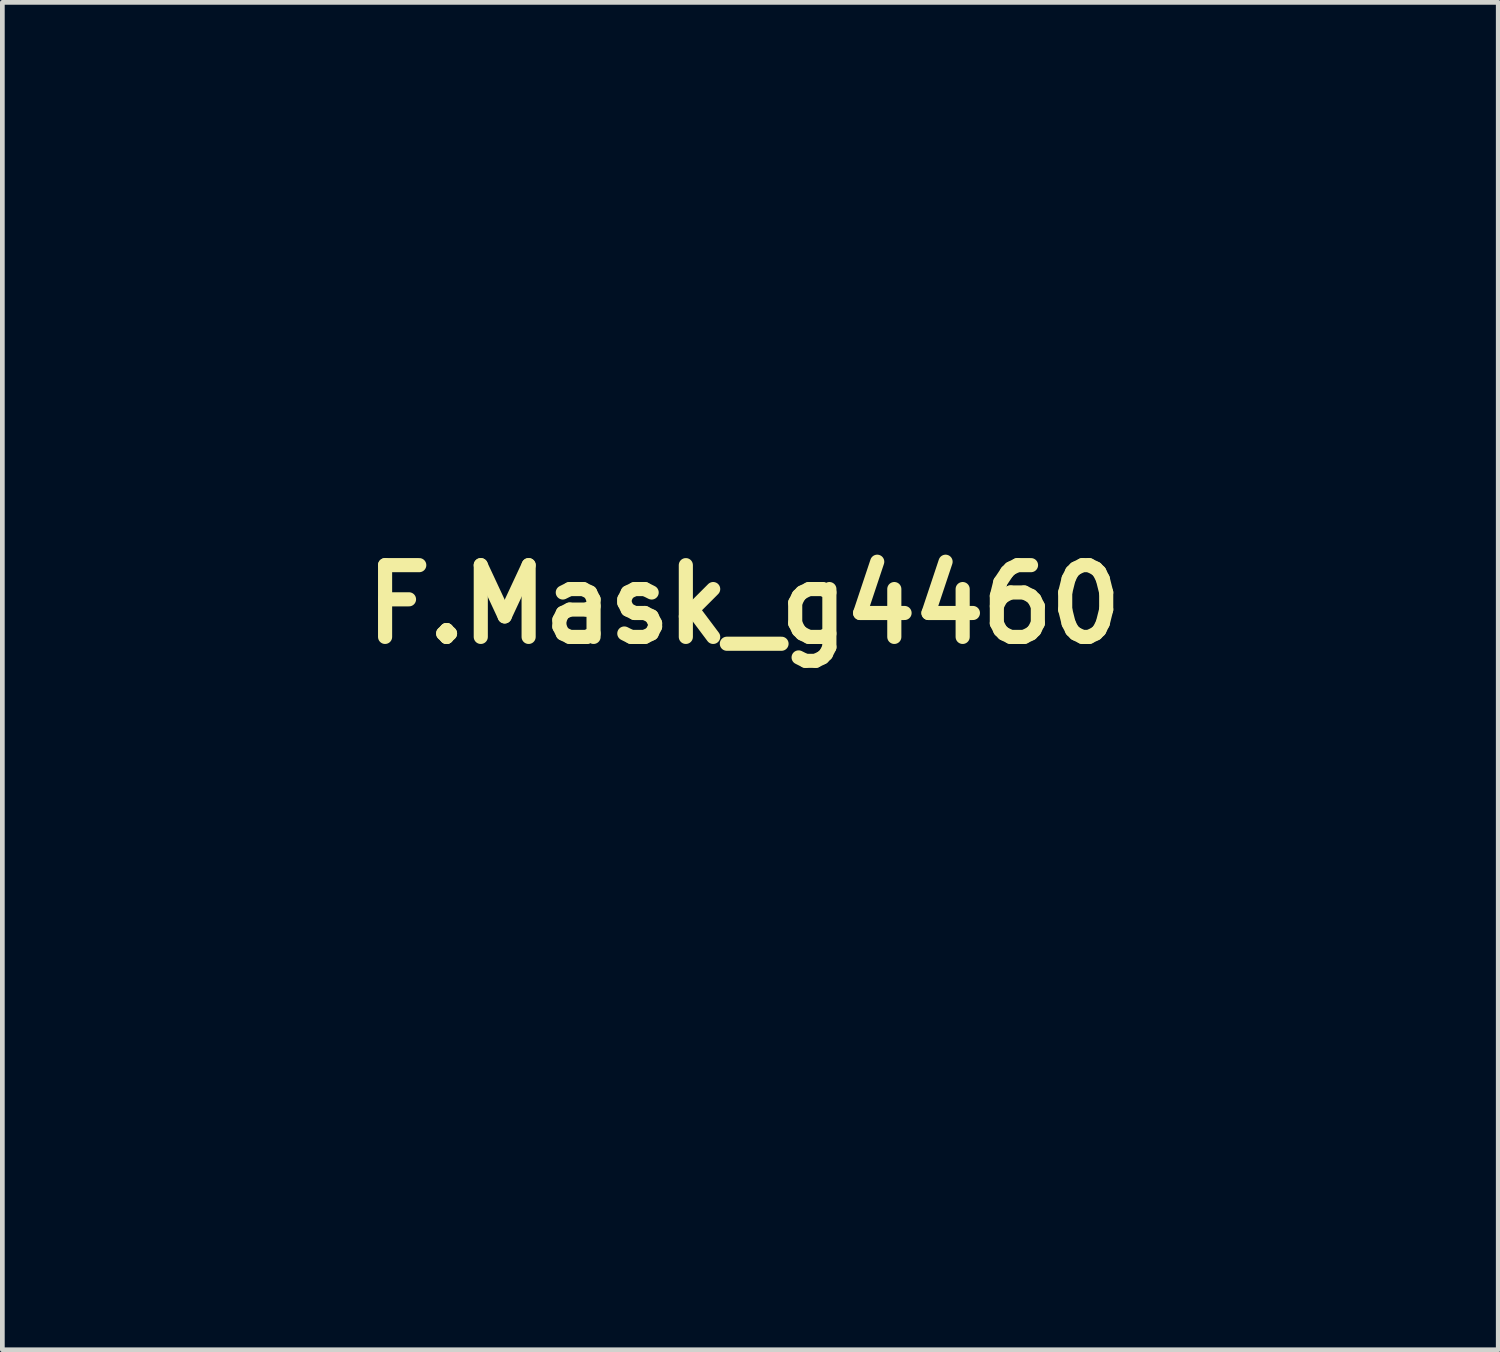
<source format=kicad_pcb>
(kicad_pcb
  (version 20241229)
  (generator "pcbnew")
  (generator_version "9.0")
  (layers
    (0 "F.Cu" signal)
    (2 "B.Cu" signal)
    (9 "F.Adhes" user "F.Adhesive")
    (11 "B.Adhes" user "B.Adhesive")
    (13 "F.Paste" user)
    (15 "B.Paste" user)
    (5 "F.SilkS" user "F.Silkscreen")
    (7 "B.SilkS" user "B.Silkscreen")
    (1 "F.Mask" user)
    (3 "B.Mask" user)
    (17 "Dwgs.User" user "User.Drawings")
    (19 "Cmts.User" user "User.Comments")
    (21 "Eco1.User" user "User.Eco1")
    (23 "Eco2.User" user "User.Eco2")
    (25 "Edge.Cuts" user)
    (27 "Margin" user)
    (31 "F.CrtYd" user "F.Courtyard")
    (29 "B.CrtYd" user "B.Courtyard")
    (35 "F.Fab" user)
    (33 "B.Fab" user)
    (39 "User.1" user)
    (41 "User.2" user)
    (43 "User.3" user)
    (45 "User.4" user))
  (footprint "F.Mask_g4460"
    (layer "F.Cu")
    (at 12.747 9.785)
    (property "Reference" "F.Mask_g4460" (at 0 0 0) (layer "F.SilkS") (effects (font (size 1.524 1.524) (thickness 0.3))))
    (attr through_hole)
    (fp_poly (pts (xy -0.172 -1.649) (xy -0.153 -1.639) (xy -0.148 -1.619) (xy -0.148 -1.617) (xy -0.16 -1.573) (xy -0.193 -1.503) (xy -0.241 -1.416) (xy -0.3 -1.318) (xy -0.366 -1.217) (xy -0.432 -1.119) (xy -0.496 -1.033) (xy -0.551 -0.966) (xy -0.593 -0.924) (xy -0.608 -0.915) (xy -0.636 -0.925) (xy -0.679 -0.959) (xy -0.708 -0.988) (xy -0.765 -1.061) (xy -0.82 -1.152) (xy -0.869 -1.248) (xy -0.903 -1.335) (xy -0.914 -1.385) (xy -0.911 -1.433) (xy -0.883 -1.471) (xy -0.852 -1.494) (xy -0.784 -1.529) (xy -0.686 -1.564) (xy -0.57 -1.597) (xy -0.447 -1.624) (xy -0.33 -1.642) (xy -0.291 -1.646) (xy -0.215 -1.651) (xy -0.172 -1.649)) (stroke (width 0.01) (type solid)) (fill yes) (layer "F.Mask"))
    (fp_poly (pts (xy 2.343 -2.579) (xy 2.346 -2.557) (xy 2.336 -2.52) (xy 2.31 -2.46) (xy 2.267 -2.372) (xy 2.254 -2.347) (xy 2.192 -2.229) (xy 2.12 -2.102) (xy 2.043 -1.973) (xy 1.964 -1.845) (xy 1.886 -1.726) (xy 1.813 -1.618) (xy 1.748 -1.529) (xy 1.695 -1.463) (xy 1.657 -1.425) (xy 1.642 -1.418) (xy 1.608 -1.433) (xy 1.584 -1.455) (xy 1.551 -1.501) (xy 1.502 -1.58) (xy 1.439 -1.686) (xy 1.366 -1.815) (xy 1.314 -1.909) (xy 1.226 -2.073) (xy 1.317 -2.14) (xy 1.377 -2.179) (xy 1.464 -2.228) (xy 1.569 -2.282) (xy 1.686 -2.339) (xy 1.81 -2.397) (xy 1.934 -2.452) (xy 2.051 -2.502) (xy 2.156 -2.544) (xy 2.242 -2.574) (xy 2.302 -2.591) (xy 2.33 -2.592) (xy 2.343 -2.579)) (stroke (width 0.01) (type solid)) (fill yes) (layer "F.Mask"))
    (fp_poly (pts (xy -6.796 -1.584) (xy -6.704 -1.572) (xy -6.577 -1.553) (xy -6.53 -1.545) (xy -6.342 -1.513) (xy -6.192 -1.484) (xy -6.077 -1.458) (xy -5.993 -1.434) (xy -5.935 -1.409) (xy -5.901 -1.384) (xy -5.886 -1.357) (xy -5.884 -1.343) (xy -5.895 -1.298) (xy -5.923 -1.226) (xy -5.965 -1.135) (xy -6.017 -1.031) (xy -6.076 -0.923) (xy -6.136 -0.817) (xy -6.195 -0.72) (xy -6.247 -0.639) (xy -6.29 -0.583) (xy -6.319 -0.557) (xy -6.32 -0.556) (xy -6.342 -0.569) (xy -6.38 -0.61) (xy -6.427 -0.672) (xy -6.449 -0.703) (xy -6.541 -0.841) (xy -6.63 -0.981) (xy -6.712 -1.117) (xy -6.785 -1.245) (xy -6.845 -1.357) (xy -6.89 -1.45) (xy -6.916 -1.516) (xy -6.921 -1.544) (xy -6.916 -1.567) (xy -6.897 -1.581) (xy -6.859 -1.586) (xy -6.796 -1.584)) (stroke (width 0.01) (type solid)) (fill yes) (layer "F.Mask"))
    (fp_poly (pts (xy -3.422 -1.246) (xy -3.313 -1.244) (xy -3.232 -1.242) (xy -3.186 -1.24) (xy -3.18 -1.239) (xy -3.13 -1.226) (xy -3.208 -1.084) (xy -3.254 -1.003) (xy -3.316 -0.899) (xy -3.388 -0.779) (xy -3.467 -0.652) (xy -3.546 -0.526) (xy -3.62 -0.41) (xy -3.684 -0.311) (xy -3.733 -0.239) (xy -3.741 -0.227) (xy -3.799 -0.152) (xy -3.844 -0.111) (xy -3.883 -0.103) (xy -3.923 -0.127) (xy -3.969 -0.175) (xy -4.032 -0.253) (xy -4.108 -0.36) (xy -4.193 -0.485) (xy -4.279 -0.618) (xy -4.361 -0.752) (xy -4.433 -0.875) (xy -4.481 -0.964) (xy -4.518 -1.036) (xy -4.547 -1.095) (xy -4.562 -1.14) (xy -4.562 -1.176) (xy -4.543 -1.201) (xy -4.502 -1.219) (xy -4.434 -1.231) (xy -4.337 -1.237) (xy -4.207 -1.241) (xy -4.042 -1.243) (xy -3.868 -1.245) (xy -3.706 -1.246) (xy -3.555 -1.246) (xy -3.422 -1.246)) (stroke (width 0.01) (type solid)) (fill yes) (layer "F.Mask"))
    (fp_poly (pts (xy 3.797 -5.917) (xy 3.911 -5.896) (xy 3.962 -5.885) (xy 4.093 -5.853) (xy 4.187 -5.82) (xy 4.251 -5.784) (xy 4.289 -5.741) (xy 4.3 -5.719) (xy 4.384 -5.527) (xy 4.471 -5.37) (xy 4.563 -5.24) (xy 4.634 -5.163) (xy 4.789 -5.031) (xy 4.958 -4.936) (xy 5.144 -4.876) (xy 5.353 -4.849) (xy 5.436 -4.847) (xy 5.662 -4.867) (xy 5.872 -4.925) (xy 6.063 -5.018) (xy 6.233 -5.145) (xy 6.377 -5.304) (xy 6.473 -5.457) (xy 6.531 -5.552) (xy 6.589 -5.614) (xy 6.657 -5.654) (xy 6.725 -5.673) (xy 6.768 -5.68) (xy 6.846 -5.69) (xy 6.953 -5.703) (xy 7.082 -5.718) (xy 7.226 -5.733) (xy 7.355 -5.747) (xy 7.508 -5.762) (xy 7.65 -5.778) (xy 7.776 -5.792) (xy 7.879 -5.805) (xy 7.951 -5.814) (xy 7.984 -5.82) (xy 8.06 -5.826) (xy 8.096 -5.813) (xy 8.115 -5.794) (xy 8.118 -5.768) (xy 8.105 -5.72) (xy 8.096 -5.695) (xy 8.012 -5.505) (xy 7.894 -5.311) (xy 7.748 -5.119) (xy 7.58 -4.933) (xy 7.395 -4.759) (xy 7.2 -4.602) (xy 6.999 -4.467) (xy 6.799 -4.359) (xy 6.606 -4.284) (xy 6.538 -4.266) (xy 6.377 -4.237) (xy 6.187 -4.215) (xy 5.979 -4.201) (xy 5.766 -4.195) (xy 5.559 -4.198) (xy 5.371 -4.211) (xy 5.345 -4.213) (xy 5.122 -4.259) (xy 4.9 -4.347) (xy 4.678 -4.476) (xy 4.456 -4.647) (xy 4.241 -4.854) (xy 4.09 -5.026) (xy 3.951 -5.211) (xy 3.831 -5.399) (xy 3.734 -5.583) (xy 3.667 -5.753) (xy 3.661 -5.772) (xy 3.645 -5.84) (xy 3.646 -5.887) (xy 3.669 -5.914) (xy 3.718 -5.924) (xy 3.797 -5.917)) (stroke (width 0.01) (type solid)) (fill yes) (layer "F.Mask"))
    (fp_poly (pts (xy 0.543 3.882) (xy 0.572 3.884) (xy 0.887 3.926) (xy 1.213 4.005) (xy 1.546 4.121) (xy 1.882 4.27) (xy 2.217 4.451) (xy 2.547 4.662) (xy 2.869 4.901) (xy 3.178 5.165) (xy 3.287 5.268) (xy 3.402 5.384) (xy 3.486 5.476) (xy 3.54 5.547) (xy 3.566 5.6) (xy 3.566 5.634) (xy 3.536 5.67) (xy 3.469 5.718) (xy 3.371 5.777) (xy 3.244 5.844) (xy 3.093 5.917) (xy 2.922 5.995) (xy 2.734 6.075) (xy 2.534 6.156) (xy 2.455 6.187) (xy 1.994 6.356) (xy 1.555 6.5) (xy 1.132 6.62) (xy 0.715 6.718) (xy 0.298 6.795) (xy -0.127 6.852) (xy -0.567 6.891) (xy -1.031 6.912) (xy -1.526 6.918) (xy -1.619 6.918) (xy -1.764 6.917) (xy -1.899 6.915) (xy -2.018 6.913) (xy -2.112 6.91) (xy -2.174 6.908) (xy -2.191 6.907) (xy -2.317 6.894) (xy -2.458 6.876) (xy -2.606 6.855) (xy -2.755 6.831) (xy -2.898 6.805) (xy -3.029 6.78) (xy -3.141 6.755) (xy -3.228 6.733) (xy -3.282 6.715) (xy -3.294 6.708) (xy -3.314 6.679) (xy -3.321 6.633) (xy -3.315 6.563) (xy -3.296 6.464) (xy -3.273 6.369) (xy -3.213 6.162) (xy -3.137 5.944) (xy -3.048 5.723) (xy -2.951 5.508) (xy -2.849 5.306) (xy -2.746 5.127) (xy -2.646 4.978) (xy -2.614 4.937) (xy -2.386 4.684) (xy -2.134 4.464) (xy -1.863 4.278) (xy -1.683 4.18) (xy -1.422 4.067) (xy -1.166 3.988) (xy -0.904 3.94) (xy -0.895 3.939) (xy -0.797 3.929) (xy -0.668 3.919) (xy -0.516 3.91) (xy -0.349 3.902) (xy -0.174 3.894) (xy 0.001 3.888) (xy 0.168 3.883) (xy 0.319 3.881) (xy 0.446 3.88) (xy 0.543 3.882)) (stroke (width 0.01) (type solid)) (fill yes) (layer "F.Mask"))
    (fp_poly (pts (xy 3.972 6.127) (xy 3.998 6.147) (xy 4.001 6.15) (xy 4.049 6.202) (xy 4.111 6.283) (xy 4.182 6.388) (xy 4.26 6.509) (xy 4.342 6.641) (xy 4.423 6.779) (xy 4.501 6.916) (xy 4.572 7.047) (xy 4.633 7.166) (xy 4.68 7.267) (xy 4.71 7.344) (xy 4.72 7.389) (xy 4.7 7.428) (xy 4.643 7.478) (xy 4.551 7.535) (xy 4.429 7.6) (xy 4.279 7.671) (xy 4.106 7.746) (xy 3.911 7.824) (xy 3.7 7.905) (xy 3.474 7.986) (xy 3.238 8.066) (xy 2.995 8.145) (xy 2.748 8.22) (xy 2.501 8.291) (xy 2.256 8.356) (xy 2.074 8.401) (xy 1.607 8.503) (xy 1.164 8.584) (xy 0.748 8.642) (xy 0.364 8.676) (xy 0.349 8.677) (xy 0.158 8.687) (xy -0.064 8.695) (xy -0.306 8.701) (xy -0.559 8.704) (xy -0.81 8.706) (xy -1.049 8.706) (xy -1.266 8.703) (xy -1.429 8.698) (xy -1.595 8.69) (xy -1.747 8.677) (xy -1.902 8.658) (xy -2.072 8.631) (xy -2.212 8.607) (xy -2.356 8.58) (xy -2.52 8.549) (xy -2.695 8.515) (xy -2.873 8.48) (xy -3.044 8.445) (xy -3.199 8.414) (xy -3.33 8.387) (xy -3.425 8.366) (xy -3.474 8.355) (xy -3.467 7.883) (xy -3.465 7.729) (xy -3.462 7.611) (xy -3.459 7.524) (xy -3.454 7.462) (xy -3.447 7.418) (xy -3.438 7.388) (xy -3.425 7.364) (xy -3.416 7.352) (xy -3.377 7.315) (xy -3.321 7.293) (xy -3.242 7.284) (xy -3.135 7.289) (xy -2.994 7.307) (xy -2.967 7.311) (xy -2.803 7.333) (xy -2.619 7.352) (xy -2.413 7.367) (xy -2.18 7.379) (xy -1.918 7.388) (xy -1.621 7.393) (xy -1.288 7.396) (xy -1.132 7.397) (xy -0.881 7.396) (xy -0.665 7.395) (xy -0.48 7.392) (xy -0.318 7.386) (xy -0.174 7.378) (xy -0.041 7.366) (xy 0.086 7.351) (xy 0.215 7.331) (xy 0.35 7.306) (xy 0.499 7.276) (xy 0.667 7.239) (xy 0.677 7.237) (xy 1.115 7.135) (xy 1.525 7.025) (xy 1.92 6.906) (xy 2.309 6.773) (xy 2.705 6.622) (xy 3.118 6.449) (xy 3.26 6.387) (xy 3.397 6.327) (xy 3.528 6.271) (xy 3.646 6.221) (xy 3.744 6.182) (xy 3.815 6.155) (xy 3.836 6.148) (xy 3.904 6.127) (xy 3.945 6.12) (xy 3.972 6.127)) (stroke (width 0.01) (type solid)) (fill yes) (layer "F.Mask"))
    (fp_poly (pts (xy 5.038 7.954) (xy 5.044 7.964) (xy 5.055 7.991) (xy 5.08 8.05) (xy 5.116 8.136) (xy 5.161 8.243) (xy 5.212 8.364) (xy 5.228 8.403) (xy 5.321 8.624) (xy 5.403 8.824) (xy 5.474 9) (xy 5.532 9.149) (xy 5.577 9.267) (xy 5.607 9.352) (xy 5.619 9.396) (xy 5.624 9.435) (xy 5.613 9.464) (xy 5.579 9.494) (xy 5.533 9.524) (xy 5.44 9.575) (xy 5.311 9.634) (xy 5.15 9.699) (xy 4.962 9.77) (xy 4.751 9.844) (xy 4.521 9.92) (xy 4.278 9.997) (xy 4.026 10.072) (xy 3.77 10.146) (xy 3.514 10.215) (xy 3.274 10.275) (xy 2.687 10.405) (xy 2.081 10.515) (xy 1.476 10.6) (xy 1.132 10.637) (xy 1.013 10.646) (xy 0.866 10.655) (xy 0.699 10.663) (xy 0.521 10.67) (xy 0.34 10.675) (xy 0.164 10.679) (xy -0.000468 10.681) (xy -0.144 10.681) (xy -0.259 10.679) (xy -0.318 10.676) (xy -0.739 10.64) (xy -1.129 10.596) (xy -1.499 10.54) (xy -1.86 10.472) (xy -2.223 10.389) (xy -2.598 10.289) (xy -2.685 10.265) (xy -2.904 10.2) (xy -3.083 10.142) (xy -3.223 10.092) (xy -3.325 10.048) (xy -3.391 10.01) (xy -3.418 9.984) (xy -3.436 9.935) (xy -3.452 9.851) (xy -3.467 9.738) (xy -3.479 9.603) (xy -3.487 9.452) (xy -3.492 9.293) (xy -3.493 9.215) (xy -3.493 9.099) (xy -3.489 9.013) (xy -3.478 8.953) (xy -3.452 8.918) (xy -3.407 8.903) (xy -3.338 8.905) (xy -3.24 8.923) (xy -3.107 8.951) (xy -3.059 8.962) (xy -2.865 9.002) (xy -2.683 9.037) (xy -2.507 9.065) (xy -2.329 9.089) (xy -2.143 9.108) (xy -1.944 9.124) (xy -1.724 9.136) (xy -1.477 9.146) (xy -1.197 9.153) (xy -1.058 9.157) (xy -0.803 9.16) (xy -0.536 9.16) (xy -0.264 9.157) (xy 0.006 9.151) (xy 0.267 9.142) (xy 0.511 9.131) (xy 0.732 9.117) (xy 0.922 9.102) (xy 1.016 9.092) (xy 1.339 9.047) (xy 1.675 8.987) (xy 2.029 8.909) (xy 2.402 8.815) (xy 2.798 8.702) (xy 3.22 8.571) (xy 3.671 8.419) (xy 4.153 8.247) (xy 4.412 8.151) (xy 4.559 8.096) (xy 4.694 8.047) (xy 4.811 8.004) (xy 4.906 7.971) (xy 4.972 7.948) (xy 5.005 7.938) (xy 5.008 7.938) (xy 5.038 7.954)) (stroke (width 0.01) (type solid)) (fill yes) (layer "F.Mask"))
    (fp_poly (pts (xy 5.778 10.066) (xy 5.846 10.105) (xy 5.903 10.178) (xy 5.917 10.204) (xy 5.946 10.279) (xy 5.971 10.384) (xy 5.992 10.505) (xy 6.007 10.63) (xy 6.011 10.741) (xy 6.008 10.835) (xy 5.994 10.909) (xy 5.966 10.984) (xy 5.946 11.024) (xy 5.853 11.169) (xy 5.719 11.312) (xy 5.547 11.453) (xy 5.338 11.591) (xy 5.094 11.726) (xy 4.817 11.856) (xy 4.509 11.982) (xy 4.172 12.102) (xy 3.808 12.216) (xy 3.418 12.322) (xy 3.005 12.421) (xy 2.57 12.512) (xy 2.115 12.594) (xy 1.643 12.666) (xy 1.386 12.699) (xy 1.061 12.737) (xy 0.745 12.766) (xy 0.427 12.789) (xy 0.095 12.804) (xy -0.261 12.814) (xy -0.434 12.817) (xy -0.625 12.819) (xy -0.781 12.821) (xy -0.908 12.821) (xy -1.012 12.82) (xy -1.1 12.817) (xy -1.179 12.811) (xy -1.255 12.803) (xy -1.335 12.792) (xy -1.425 12.779) (xy -1.503 12.766) (xy -1.792 12.718) (xy -2.058 12.669) (xy -2.301 12.622) (xy -2.515 12.576) (xy -2.698 12.532) (xy -2.848 12.491) (xy -2.961 12.454) (xy -3.02 12.428) (xy -3.124 12.358) (xy -3.206 12.262) (xy -3.271 12.137) (xy -3.32 11.976) (xy -3.332 11.925) (xy -3.361 11.772) (xy -3.388 11.606) (xy -3.411 11.439) (xy -3.429 11.278) (xy -3.442 11.135) (xy -3.447 11.018) (xy -3.447 10.968) (xy -3.442 10.88) (xy -3.435 10.823) (xy -3.421 10.785) (xy -3.397 10.754) (xy -3.37 10.73) (xy -3.327 10.695) (xy -3.288 10.676) (xy -3.242 10.673) (xy -3.179 10.686) (xy -3.09 10.714) (xy -3.068 10.722) (xy -2.852 10.789) (xy -2.601 10.855) (xy -2.32 10.919) (xy -2.016 10.98) (xy -1.694 11.037) (xy -1.362 11.089) (xy -1.025 11.135) (xy -0.69 11.172) (xy -0.392 11.199) (xy -0.22 11.209) (xy -0.017 11.214) (xy 0.208 11.215) (xy 0.444 11.211) (xy 0.681 11.203) (xy 0.91 11.192) (xy 1.12 11.177) (xy 1.238 11.166) (xy 1.672 11.113) (xy 2.111 11.047) (xy 2.548 10.969) (xy 2.977 10.881) (xy 3.393 10.784) (xy 3.789 10.679) (xy 4.159 10.568) (xy 4.498 10.451) (xy 4.731 10.361) (xy 4.927 10.282) (xy 5.112 10.213) (xy 5.283 10.154) (xy 5.434 10.107) (xy 5.559 10.074) (xy 5.654 10.057) (xy 5.689 10.054) (xy 5.778 10.066)) (stroke (width 0.01) (type solid)) (fill yes) (layer "F.Mask"))
    (fp_poly (pts (xy 1.725 -8.855) (xy 1.89 -8.83) (xy 2.039 -8.788) (xy 2.18 -8.729) (xy 2.32 -8.649) (xy 2.371 -8.616) (xy 2.479 -8.539) (xy 2.59 -8.452) (xy 2.698 -8.362) (xy 2.793 -8.276) (xy 2.868 -8.201) (xy 2.91 -8.149) (xy 2.946 -8.092) (xy 2.96 -8.041) (xy 2.96 -7.977) (xy 2.957 -7.953) (xy 2.947 -7.898) (xy 2.926 -7.81) (xy 2.897 -7.7) (xy 2.862 -7.575) (xy 2.824 -7.452) (xy 2.784 -7.318) (xy 2.747 -7.187) (xy 2.715 -7.068) (xy 2.691 -6.972) (xy 2.679 -6.912) (xy 2.66 -6.824) (xy 2.637 -6.773) (xy 2.604 -6.757) (xy 2.556 -6.776) (xy 2.488 -6.829) (xy 2.445 -6.867) (xy 2.266 -7.004) (xy 2.078 -7.104) (xy 1.883 -7.166) (xy 1.686 -7.192) (xy 1.491 -7.184) (xy 1.301 -7.144) (xy 1.121 -7.072) (xy 0.954 -6.971) (xy 0.805 -6.841) (xy 0.676 -6.685) (xy 0.573 -6.503) (xy 0.499 -6.297) (xy 0.464 -6.126) (xy 0.458 -5.934) (xy 0.492 -5.746) (xy 0.563 -5.566) (xy 0.67 -5.398) (xy 0.809 -5.246) (xy 0.979 -5.113) (xy 1.161 -5.01) (xy 1.242 -4.976) (xy 1.318 -4.955) (xy 1.407 -4.943) (xy 1.489 -4.937) (xy 1.701 -4.939) (xy 1.886 -4.968) (xy 2.052 -5.029) (xy 2.206 -5.123) (xy 2.356 -5.253) (xy 2.369 -5.265) (xy 2.49 -5.401) (xy 2.586 -5.541) (xy 2.665 -5.698) (xy 2.728 -5.87) (xy 2.769 -5.981) (xy 2.811 -6.055) (xy 2.86 -6.097) (xy 2.922 -6.112) (xy 3.002 -6.104) (xy 3.019 -6.101) (xy 3.102 -6.08) (xy 3.181 -6.053) (xy 3.214 -6.038) (xy 3.264 -6.009) (xy 3.286 -5.977) (xy 3.289 -5.924) (xy 3.289 -5.919) (xy 3.273 -5.836) (xy 3.233 -5.727) (xy 3.172 -5.601) (xy 3.094 -5.464) (xy 3.004 -5.321) (xy 2.906 -5.181) (xy 2.803 -5.05) (xy 2.705 -4.94) (xy 2.493 -4.741) (xy 2.274 -4.574) (xy 2.052 -4.444) (xy 1.83 -4.352) (xy 1.73 -4.328) (xy 1.599 -4.308) (xy 1.447 -4.293) (xy 1.286 -4.283) (xy 1.127 -4.279) (xy 0.979 -4.281) (xy 0.855 -4.291) (xy 0.804 -4.299) (xy 0.655 -4.339) (xy 0.505 -4.405) (xy 0.349 -4.498) (xy 0.181 -4.623) (xy 0.074 -4.714) (xy -0.053 -4.833) (xy -0.184 -4.97) (xy -0.308 -5.115) (xy -0.416 -5.254) (xy -0.474 -5.338) (xy -0.57 -5.524) (xy -0.644 -5.744) (xy -0.697 -5.996) (xy -0.728 -6.278) (xy -0.737 -6.589) (xy -0.735 -6.689) (xy -0.728 -6.856) (xy -0.719 -6.992) (xy -0.703 -7.106) (xy -0.679 -7.209) (xy -0.645 -7.311) (xy -0.598 -7.423) (xy -0.536 -7.556) (xy -0.53 -7.567) (xy -0.384 -7.84) (xy -0.233 -8.074) (xy -0.072 -8.273) (xy 0.102 -8.439) (xy 0.29 -8.577) (xy 0.455 -8.669) (xy 0.604 -8.737) (xy 0.743 -8.787) (xy 0.886 -8.823) (xy 1.042 -8.846) (xy 1.224 -8.86) (xy 1.313 -8.863) (xy 1.535 -8.865) (xy 1.725 -8.855)) (stroke (width 0.01) (type solid)) (fill yes) (layer "F.Mask"))
    (fp_poly (pts (xy 4.093 -3.436) (xy 4.09 -3.369) (xy 4.084 -3.269) (xy 4.078 -3.146) (xy 4.071 -3.009) (xy 4.063 -2.868) (xy 4.029 -2.416) (xy 3.978 -1.991) (xy 3.909 -1.595) (xy 3.823 -1.231) (xy 3.72 -0.902) (xy 3.602 -0.609) (xy 3.599 -0.603) (xy 3.487 -0.393) (xy 3.343 -0.174) (xy 3.174 0.047) (xy 2.984 0.261) (xy 2.967 0.279) (xy 2.733 0.509) (xy 2.5 0.71) (xy 2.264 0.885) (xy 2.017 1.036) (xy 1.757 1.166) (xy 1.476 1.278) (xy 1.169 1.374) (xy 0.832 1.458) (xy 0.459 1.531) (xy 0.445 1.534) (xy 0.056 1.591) (xy -0.335 1.628) (xy -0.742 1.646) (xy -1.014 1.648) (xy -1.164 1.647) (xy -1.31 1.644) (xy -1.444 1.64) (xy -1.557 1.635) (xy -1.638 1.63) (xy -1.656 1.628) (xy -1.902 1.595) (xy -2.173 1.548) (xy -2.458 1.488) (xy -2.744 1.418) (xy -3.018 1.342) (xy -3.09 1.32) (xy -3.282 1.257) (xy -3.486 1.185) (xy -3.699 1.105) (xy -3.913 1.021) (xy -4.123 0.934) (xy -4.324 0.847) (xy -4.509 0.763) (xy -4.673 0.684) (xy -4.81 0.612) (xy -4.914 0.551) (xy -4.937 0.536) (xy -5.039 0.461) (xy -5.153 0.374) (xy -5.274 0.277) (xy -5.398 0.176) (xy -5.52 0.072) (xy -5.636 -0.029) (xy -5.742 -0.123) (xy -5.832 -0.208) (xy -5.903 -0.278) (xy -5.95 -0.33) (xy -5.969 -0.36) (xy -5.969 -0.362) (xy -5.957 -0.393) (xy -5.925 -0.449) (xy -5.878 -0.52) (xy -5.847 -0.563) (xy -5.789 -0.644) (xy -5.715 -0.748) (xy -5.636 -0.862) (xy -5.559 -0.974) (xy -5.546 -0.993) (xy -5.457 -1.118) (xy -5.383 -1.21) (xy -5.314 -1.276) (xy -5.246 -1.321) (xy -5.172 -1.349) (xy -5.084 -1.367) (xy -5.075 -1.368) (xy -4.976 -1.372) (xy -4.902 -1.35) (xy -4.844 -1.297) (xy -4.793 -1.207) (xy -4.789 -1.199) (xy -4.683 -0.976) (xy -4.569 -0.759) (xy -4.45 -0.553) (xy -4.328 -0.362) (xy -4.207 -0.19) (xy -4.09 -0.041) (xy -3.979 0.08) (xy -3.878 0.168) (xy -3.813 0.21) (xy -3.719 0.247) (xy -3.644 0.251) (xy -3.578 0.219) (xy -3.537 0.179) (xy -3.463 0.086) (xy -3.373 -0.042) (xy -3.271 -0.197) (xy -3.161 -0.377) (xy -3.044 -0.575) (xy -2.925 -0.788) (xy -2.858 -0.91) (xy -2.803 -1.012) (xy -2.753 -1.101) (xy -2.712 -1.171) (xy -2.685 -1.215) (xy -2.678 -1.225) (xy -2.649 -1.237) (xy -2.582 -1.254) (xy -2.483 -1.275) (xy -2.355 -1.3) (xy -2.202 -1.328) (xy -2.102 -1.345) (xy -1.947 -1.371) (xy -1.799 -1.397) (xy -1.665 -1.422) (xy -1.552 -1.444) (xy -1.469 -1.461) (xy -1.427 -1.471) (xy -1.354 -1.492) (xy -1.298 -1.505) (xy -1.255 -1.506) (xy -1.219 -1.49) (xy -1.183 -1.454) (xy -1.142 -1.393) (xy -1.09 -1.305) (xy -1.028 -1.197) (xy -0.968 -1.098) (xy -0.895 -0.991) (xy -0.816 -0.883) (xy -0.737 -0.781) (xy -0.663 -0.692) (xy -0.6 -0.625) (xy -0.556 -0.587) (xy -0.5 -0.561) (xy -0.452 -0.55) (xy -0.41 -0.568) (xy -0.349 -0.617) (xy -0.275 -0.693) (xy -0.191 -0.792) (xy -0.101 -0.909) (xy -0.01 -1.04) (xy 0.013 -1.074) (xy 0.12 -1.237) (xy 0.207 -1.37) (xy 0.278 -1.476) (xy 0.336 -1.56) (xy 0.383 -1.627) (xy 0.423 -1.681) (xy 0.46 -1.727) (xy 0.496 -1.769) (xy 0.518 -1.792) (xy 0.569 -1.844) (xy 0.638 -1.905) (xy 0.715 -1.969) (xy 0.794 -2.031) (xy 0.866 -2.084) (xy 0.924 -2.121) (xy 0.958 -2.138) (xy 0.961 -2.138) (xy 0.976 -2.121) (xy 1.003 -2.076) (xy 1.027 -2.031) (xy 1.085 -1.926) (xy 1.157 -1.808) (xy 1.238 -1.685) (xy 1.323 -1.563) (xy 1.407 -1.45) (xy 1.485 -1.353) (xy 1.551 -1.28) (xy 1.591 -1.243) (xy 1.66 -1.201) (xy 1.735 -1.167) (xy 1.743 -1.165) (xy 1.808 -1.151) (xy 1.872 -1.156) (xy 1.937 -1.181) (xy 2.004 -1.228) (xy 2.077 -1.299) (xy 2.156 -1.397) (xy 2.243 -1.525) (xy 2.341 -1.683) (xy 2.451 -1.875) (xy 2.576 -2.102) (xy 2.632 -2.208) (xy 2.75 -2.426) (xy 2.852 -2.609) (xy 2.941 -2.76) (xy 3.017 -2.879) (xy 3.083 -2.972) (xy 3.141 -3.04) (xy 3.187 -3.083) (xy 3.294 -3.161) (xy 3.418 -3.244) (xy 3.551 -3.326) (xy 3.686 -3.403) (xy 3.815 -3.471) (xy 3.928 -3.525) (xy 4.019 -3.56) (xy 4.045 -3.567) (xy 4.101 -3.58) (xy 4.093 -3.436)) (stroke (width 0.01) (type solid)) (fill yes) (layer "F.Mask"))
    (fp_poly (pts (xy 6.317 -9.764) (xy 6.657 -9.715) (xy 6.985 -9.634) (xy 7.297 -9.52) (xy 7.589 -9.374) (xy 7.8 -9.239) (xy 7.963 -9.115) (xy 8.139 -8.969) (xy 8.315 -8.811) (xy 8.48 -8.654) (xy 8.543 -8.59) (xy 8.712 -8.405) (xy 8.87 -8.214) (xy 9.019 -8.015) (xy 9.16 -7.802) (xy 9.296 -7.573) (xy 9.428 -7.323) (xy 9.559 -7.048) (xy 9.691 -6.745) (xy 9.826 -6.41) (xy 9.966 -6.04) (xy 10.034 -5.853) (xy 10.096 -5.681) (xy 10.147 -5.545) (xy 10.188 -5.441) (xy 10.221 -5.365) (xy 10.249 -5.311) (xy 10.273 -5.277) (xy 10.294 -5.257) (xy 10.298 -5.254) (xy 10.337 -5.247) (xy 10.4 -5.247) (xy 10.441 -5.252) (xy 10.536 -5.261) (xy 10.646 -5.267) (xy 10.759 -5.268) (xy 10.863 -5.265) (xy 10.948 -5.259) (xy 11 -5.248) (xy 11.056 -5.215) (xy 11.093 -5.173) (xy 11.107 -5.137) (xy 11.106 -5.101) (xy 11.085 -5.051) (xy 11.069 -5.021) (xy 11.038 -4.974) (xy 10.982 -4.904) (xy 10.908 -4.818) (xy 10.822 -4.723) (xy 10.737 -4.633) (xy 10.457 -4.345) (xy 10.547 -3.956) (xy 10.638 -3.567) (xy 10.711 -3.574) (xy 10.758 -3.58) (xy 10.837 -3.592) (xy 10.938 -3.609) (xy 11.052 -3.628) (xy 11.091 -3.635) (xy 11.242 -3.662) (xy 11.357 -3.679) (xy 11.442 -3.688) (xy 11.505 -3.688) (xy 11.549 -3.68) (xy 11.582 -3.662) (xy 11.61 -3.636) (xy 11.613 -3.633) (xy 11.653 -3.557) (xy 11.662 -3.467) (xy 11.639 -3.382) (xy 11.638 -3.38) (xy 11.605 -3.326) (xy 11.557 -3.265) (xy 11.491 -3.192) (xy 11.403 -3.104) (xy 11.29 -2.997) (xy 11.165 -2.883) (xy 11.069 -2.795) (xy 10.983 -2.717) (xy 10.914 -2.652) (xy 10.865 -2.605) (xy 10.842 -2.581) (xy 10.841 -2.58) (xy 10.842 -2.554) (xy 10.848 -2.493) (xy 10.859 -2.406) (xy 10.873 -2.3) (xy 10.889 -2.182) (xy 10.907 -2.06) (xy 10.925 -1.941) (xy 10.942 -1.833) (xy 10.957 -1.743) (xy 10.969 -1.68) (xy 10.971 -1.673) (xy 10.997 -1.558) (xy 11.113 -1.563) (xy 11.171 -1.568) (xy 11.262 -1.579) (xy 11.376 -1.595) (xy 11.505 -1.614) (xy 11.631 -1.634) (xy 11.838 -1.666) (xy 12.007 -1.688) (xy 12.141 -1.699) (xy 12.243 -1.701) (xy 12.318 -1.693) (xy 12.366 -1.674) (xy 12.378 -1.665) (xy 12.421 -1.613) (xy 12.437 -1.553) (xy 12.425 -1.485) (xy 12.383 -1.404) (xy 12.311 -1.31) (xy 12.207 -1.198) (xy 12.069 -1.068) (xy 11.991 -0.998) (xy 11.888 -0.91) (xy 11.765 -0.806) (xy 11.634 -0.699) (xy 11.51 -0.599) (xy 11.471 -0.568) (xy 11.375 -0.49) (xy 11.29 -0.418) (xy 11.221 -0.356) (xy 11.176 -0.311) (xy 11.161 -0.291) (xy 11.15 -0.23) (xy 11.155 -0.15) (xy 11.173 -0.07) (xy 11.202 -0.008) (xy 11.21 0.003) (xy 11.248 0.03) (xy 11.315 0.06) (xy 11.415 0.095) (xy 11.551 0.133) (xy 11.724 0.178) (xy 11.779 0.191) (xy 11.973 0.242) (xy 12.184 0.304) (xy 12.396 0.373) (xy 12.597 0.444) (xy 12.773 0.513) (xy 12.804 0.526) (xy 12.892 0.566) (xy 12.949 0.598) (xy 12.982 0.627) (xy 13.001 0.659) (xy 13.004 0.667) (xy 13.013 0.733) (xy 13.01 0.836) (xy 12.996 0.975) (xy 12.972 1.146) (xy 12.937 1.347) (xy 12.893 1.576) (xy 12.84 1.828) (xy 12.778 2.103) (xy 12.708 2.396) (xy 12.631 2.706) (xy 12.547 3.03) (xy 12.456 3.365) (xy 12.439 3.429) (xy 12.382 3.633) (xy 12.335 3.8) (xy 12.296 3.934) (xy 12.265 4.039) (xy 12.239 4.119) (xy 12.217 4.177) (xy 12.198 4.218) (xy 12.181 4.245) (xy 12.164 4.262) (xy 12.148 4.273) (xy 12.12 4.285) (xy 12.092 4.286) (xy 12.055 4.272) (xy 11.999 4.239) (xy 11.942 4.203) (xy 11.789 4.111) (xy 11.647 4.042) (xy 11.524 3.998) (xy 11.484 3.989) (xy 11.406 3.974) (xy 11.419 4.395) (xy 11.424 4.559) (xy 11.429 4.687) (xy 11.434 4.783) (xy 11.442 4.854) (xy 11.453 4.904) (xy 11.47 4.94) (xy 11.494 4.966) (xy 11.526 4.989) (xy 11.567 5.013) (xy 11.584 5.023) (xy 11.668 5.073) (xy 11.722 5.106) (xy 11.752 5.129) (xy 11.761 5.147) (xy 11.757 5.167) (xy 11.745 5.193) (xy 11.745 5.194) (xy 11.731 5.221) (xy 11.715 5.236) (xy 11.691 5.236) (xy 11.652 5.22) (xy 11.59 5.187) (xy 11.501 5.133) (xy 11.482 5.122) (xy 11.309 5.017) (xy 11.295 4.556) (xy 11.29 4.41) (xy 11.285 4.268) (xy 11.279 4.139) (xy 11.274 4.032) (xy 11.269 3.956) (xy 11.269 3.945) (xy 11.256 3.794) (xy 11.433 3.835) (xy 11.667 3.907) (xy 11.892 4.012) (xy 11.986 4.068) (xy 12.043 4.102) (xy 12.083 4.122) (xy 12.096 4.125) (xy 12.108 4.098) (xy 12.129 4.035) (xy 12.158 3.939) (xy 12.193 3.816) (xy 12.234 3.67) (xy 12.279 3.505) (xy 12.328 3.326) (xy 12.378 3.138) (xy 12.429 2.944) (xy 12.479 2.749) (xy 12.527 2.559) (xy 12.573 2.376) (xy 12.614 2.207) (xy 12.65 2.055) (xy 12.656 2.032) (xy 12.707 1.804) (xy 12.753 1.588) (xy 12.793 1.387) (xy 12.826 1.207) (xy 12.853 1.05) (xy 12.871 0.921) (xy 12.881 0.822) (xy 12.882 0.758) (xy 12.877 0.736) (xy 12.85 0.723) (xy 12.814 0.72) (xy 12.763 0.704) (xy 12.712 0.666) (xy 12.711 0.665) (xy 12.658 0.626) (xy 12.566 0.58) (xy 12.439 0.529) (xy 12.28 0.474) (xy 12.093 0.416) (xy 11.88 0.356) (xy 11.645 0.294) (xy 11.564 0.274) (xy 11.404 0.232) (xy 11.28 0.192) (xy 11.187 0.148) (xy 11.121 0.098) (xy 11.075 0.038) (xy 11.044 -0.037) (xy 11.023 -0.13) (xy 11.013 -0.209) (xy 11.015 -0.276) (xy 11.034 -0.336) (xy 11.072 -0.396) (xy 11.134 -0.463) (xy 11.224 -0.541) (xy 11.337 -0.631) (xy 11.522 -0.779) (xy 11.694 -0.921) (xy 11.85 -1.055) (xy 11.987 -1.179) (xy 12.103 -1.29) (xy 12.194 -1.384) (xy 12.258 -1.461) (xy 12.293 -1.516) (xy 12.298 -1.537) (xy 12.281 -1.556) (xy 12.228 -1.565) (xy 12.139 -1.564) (xy 12.013 -1.552) (xy 11.848 -1.531) (xy 11.676 -1.504) (xy 11.478 -1.473) (xy 11.317 -1.449) (xy 11.189 -1.432) (xy 11.091 -1.423) (xy 11.017 -1.422) (xy 10.964 -1.428) (xy 10.927 -1.441) (xy 10.902 -1.461) (xy 10.886 -1.488) (xy 10.885 -1.488) (xy 10.864 -1.551) (xy 10.84 -1.656) (xy 10.812 -1.8) (xy 10.782 -1.984) (xy 10.748 -2.206) (xy 10.741 -2.254) (xy 10.687 -2.635) (xy 10.749 -2.688) (xy 10.784 -2.719) (xy 10.845 -2.773) (xy 10.923 -2.845) (xy 11.014 -2.927) (xy 11.098 -3.003) (xy 11.249 -3.143) (xy 11.366 -3.259) (xy 11.452 -3.354) (xy 11.508 -3.429) (xy 11.534 -3.485) (xy 11.533 -3.524) (xy 11.504 -3.548) (xy 11.502 -3.549) (xy 11.469 -3.551) (xy 11.403 -3.545) (xy 11.315 -3.533) (xy 11.214 -3.516) (xy 11.211 -3.516) (xy 11.008 -3.481) (xy 10.839 -3.454) (xy 10.705 -3.437) (xy 10.607 -3.428) (xy 10.549 -3.429) (xy 10.53 -3.437) (xy 10.523 -3.464) (xy 10.508 -3.526) (xy 10.487 -3.616) (xy 10.46 -3.729) (xy 10.43 -3.859) (xy 10.414 -3.928) (xy 10.305 -4.396) (xy 10.55 -4.636) (xy 10.662 -4.748) (xy 10.761 -4.851) (xy 10.843 -4.944) (xy 10.906 -5.02) (xy 10.947 -5.076) (xy 10.96 -5.109) (xy 10.958 -5.114) (xy 10.92 -5.13) (xy 10.845 -5.138) (xy 10.743 -5.138) (xy 10.618 -5.132) (xy 10.526 -5.123) (xy 10.421 -5.111) (xy 10.349 -5.106) (xy 10.301 -5.106) (xy 10.268 -5.113) (xy 10.241 -5.126) (xy 10.227 -5.136) (xy 10.191 -5.17) (xy 10.153 -5.224) (xy 10.11 -5.302) (xy 10.062 -5.406) (xy 10.007 -5.541) (xy 9.942 -5.709) (xy 9.867 -5.914) (xy 9.867 -5.916) (xy 9.786 -6.139) (xy 9.716 -6.328) (xy 9.654 -6.492) (xy 9.596 -6.637) (xy 9.539 -6.771) (xy 9.481 -6.901) (xy 9.419 -7.035) (xy 9.356 -7.165) (xy 9.16 -7.536) (xy 8.952 -7.872) (xy 8.724 -8.181) (xy 8.473 -8.468) (xy 8.194 -8.741) (xy 8.075 -8.847) (xy 7.917 -8.979) (xy 7.779 -9.086) (xy 7.651 -9.175) (xy 7.525 -9.252) (xy 7.393 -9.322) (xy 7.069 -9.461) (xy 6.731 -9.562) (xy 6.385 -9.625) (xy 6.034 -9.65) (xy 5.682 -9.637) (xy 5.334 -9.587) (xy 4.992 -9.501) (xy 4.662 -9.378) (xy 4.347 -9.219) (xy 4.05 -9.024) (xy 4.04 -9.017) (xy 3.977 -8.967) (xy 3.893 -8.895) (xy 3.796 -8.809) (xy 3.695 -8.718) (xy 3.644 -8.67) (xy 3.557 -8.589) (xy 3.48 -8.519) (xy 3.42 -8.466) (xy 3.381 -8.433) (xy 3.369 -8.424) (xy 3.351 -8.44) (xy 3.31 -8.481) (xy 3.253 -8.545) (xy 3.183 -8.623) (xy 3.143 -8.669) (xy 3 -8.829) (xy 2.871 -8.961) (xy 2.747 -9.072) (xy 2.62 -9.17) (xy 2.548 -9.221) (xy 2.285 -9.372) (xy 2.005 -9.486) (xy 1.711 -9.562) (xy 1.407 -9.602) (xy 1.095 -9.603) (xy 0.78 -9.567) (xy 0.464 -9.493) (xy 0.151 -9.38) (xy 0.095 -9.356) (xy -0.139 -9.229) (xy -0.365 -9.065) (xy -0.581 -8.867) (xy -0.782 -8.641) (xy -0.966 -8.391) (xy -1.128 -8.121) (xy -1.266 -7.836) (xy -1.376 -7.54) (xy -1.438 -7.316) (xy -1.461 -7.182) (xy -1.478 -7.017) (xy -1.487 -6.83) (xy -1.489 -6.631) (xy -1.485 -6.43) (xy -1.474 -6.237) (xy -1.456 -6.061) (xy -1.432 -5.914) (xy -1.425 -5.88) (xy -1.389 -5.731) (xy -1.436 -5.692) (xy -1.486 -5.666) (xy -1.556 -5.644) (xy -1.583 -5.639) (xy -1.627 -5.636) (xy -1.709 -5.634) (xy -1.825 -5.633) (xy -1.971 -5.632) (xy -2.144 -5.633) (xy -2.339 -5.634) (xy -2.552 -5.636) (xy -2.779 -5.638) (xy -3.017 -5.641) (xy -3.261 -5.645) (xy -3.507 -5.649) (xy -3.75 -5.654) (xy -3.989 -5.659) (xy -4.217 -5.665) (xy -4.431 -5.671) (xy -4.498 -5.673) (xy -4.652 -5.678) (xy -4.824 -5.684) (xy -5.009 -5.69) (xy -5.202 -5.698) (xy -5.398 -5.706) (xy -5.594 -5.714) (xy -5.784 -5.722) (xy -5.964 -5.73) (xy -6.13 -5.738) (xy -6.276 -5.745) (xy -6.398 -5.751) (xy -6.491 -5.757) (xy -6.552 -5.761) (xy -6.575 -5.764) (xy -6.575 -5.764) (xy -6.579 -5.785) (xy -6.586 -5.841) (xy -6.596 -5.925) (xy -6.608 -6.028) (xy -6.614 -6.085) (xy -6.644 -6.326) (xy -6.681 -6.533) (xy -6.726 -6.717) (xy -6.778 -6.88) (xy -6.869 -7.088) (xy -6.98 -7.272) (xy -7.107 -7.427) (xy -7.248 -7.55) (xy -7.399 -7.639) (xy -7.557 -7.689) (xy -7.591 -7.695) (xy -7.707 -7.696) (xy -7.839 -7.672) (xy -7.971 -7.629) (xy -8.064 -7.584) (xy -8.16 -7.517) (xy -8.27 -7.421) (xy -8.387 -7.303) (xy -8.504 -7.171) (xy -8.541 -7.125) (xy -8.597 -7.057) (xy -8.643 -7.003) (xy -8.673 -6.97) (xy -8.681 -6.965) (xy -8.698 -6.981) (xy -8.733 -7.025) (xy -8.78 -7.09) (xy -8.829 -7.16) (xy -8.95 -7.325) (xy -9.067 -7.454) (xy -9.183 -7.55) (xy -9.306 -7.619) (xy -9.441 -7.665) (xy -9.527 -7.682) (xy -9.658 -7.699) (xy -9.767 -7.703) (xy -9.872 -7.692) (xy -9.931 -7.681) (xy -9.98 -7.669) (xy -10.022 -7.651) (xy -10.065 -7.623) (xy -10.117 -7.579) (xy -10.186 -7.513) (xy -10.247 -7.453) (xy -10.336 -7.361) (xy -10.403 -7.285) (xy -10.456 -7.214) (xy -10.502 -7.137) (xy -10.552 -7.041) (xy -10.559 -7.027) (xy -10.652 -6.816) (xy -10.718 -6.609) (xy -10.762 -6.392) (xy -10.786 -6.151) (xy -10.789 -6.085) (xy -10.784 -5.711) (xy -10.741 -5.333) (xy -10.661 -4.956) (xy -10.548 -4.585) (xy -10.402 -4.223) (xy -10.227 -3.877) (xy -10.023 -3.551) (xy -9.794 -3.25) (xy -9.541 -2.978) (xy -9.409 -2.857) (xy -9.219 -2.7) (xy -9.025 -2.556) (xy -8.82 -2.421) (xy -8.596 -2.289) (xy -8.346 -2.155) (xy -8.096 -2.032) (xy -7.779 -1.881) (xy -7.334 -1.139) (xy -7.178 -0.879) (xy -7.03 -0.638) (xy -6.894 -0.418) (xy -6.77 -0.223) (xy -6.662 -0.055) (xy -6.571 0.082) (xy -6.498 0.185) (xy -6.494 0.19) (xy -6.467 0.222) (xy -6.443 0.226) (xy -6.402 0.204) (xy -6.399 0.202) (xy -6.358 0.17) (xy -6.299 0.116) (xy -6.232 0.049) (xy -6.201 0.016) (xy -6.063 -0.133) (xy -5.81 0.094) (xy -5.704 0.187) (xy -5.59 0.284) (xy -5.48 0.375) (xy -5.385 0.45) (xy -5.363 0.467) (xy -5.258 0.549) (xy -5.183 0.616) (xy -5.134 0.675) (xy -5.104 0.732) (xy -5.089 0.795) (xy -5.085 0.825) (xy -5.085 0.901) (xy -5.107 0.964) (xy -5.127 0.995) (xy -5.163 1.04) (xy -5.208 1.077) (xy -5.266 1.106) (xy -5.34 1.128) (xy -5.435 1.145) (xy -5.555 1.155) (xy -5.704 1.16) (xy -5.886 1.162) (xy -6.105 1.159) (xy -6.17 1.158) (xy -6.445 1.15) (xy -6.684 1.137) (xy -6.894 1.119) (xy -7.083 1.093) (xy -7.256 1.06) (xy -7.421 1.017) (xy -7.585 0.964) (xy -7.754 0.9) (xy -8.007 0.789) (xy -8.24 0.666) (xy -8.459 0.526) (xy -8.668 0.366) (xy -8.872 0.181) (xy -9.076 -0.032) (xy -9.286 -0.277) (xy -9.45 -0.485) (xy -9.526 -0.584) (xy -9.596 -0.673) (xy -9.656 -0.746) (xy -9.699 -0.797) (xy -9.717 -0.816) (xy -9.762 -0.857) (xy -9.836 -0.773) (xy -9.911 -0.666) (xy -9.982 -0.53) (xy -10.045 -0.375) (xy -10.095 -0.215) (xy -10.128 -0.062) (xy -10.139 0.064) (xy -10.135 0.12) (xy -10.124 0.207) (xy -10.107 0.313) (xy -10.086 0.426) (xy -10.083 0.44) (xy -10.06 0.555) (xy -10.047 0.636) (xy -10.041 0.69) (xy -10.042 0.724) (xy -10.05 0.745) (xy -10.058 0.754) (xy -10.101 0.774) (xy -10.184 0.792) (xy -10.304 0.806) (xy -10.458 0.817) (xy -10.645 0.823) (xy -10.848 0.825) (xy -11.13 0.829) (xy -11.403 0.839) (xy -11.659 0.855) (xy -11.894 0.876) (xy -12.099 0.902) (xy -12.269 0.932) (xy -12.271 0.932) (xy -12.337 0.949) (xy -12.37 0.967) (xy -12.382 0.993) (xy -12.383 1.005) (xy -12.364 1.06) (xy -12.311 1.128) (xy -12.228 1.203) (xy -12.12 1.283) (xy -11.992 1.364) (xy -11.859 1.436) (xy -11.724 1.497) (xy -11.558 1.561) (xy -11.373 1.625) (xy -11.179 1.683) (xy -11.171 1.686) (xy -11.084 1.711) (xy -11.016 1.734) (xy -10.974 1.75) (xy -10.964 1.757) (xy -10.982 1.771) (xy -11.032 1.801) (xy -11.108 1.845) (xy -11.205 1.899) (xy -11.317 1.96) (xy -11.351 1.978) (xy -11.607 2.116) (xy -11.827 2.236) (xy -12.015 2.339) (xy -12.172 2.427) (xy -12.301 2.501) (xy -12.404 2.563) (xy -12.484 2.613) (xy -12.543 2.655) (xy -12.582 2.688) (xy -12.606 2.715) (xy -12.615 2.736) (xy -12.615 2.741) (xy -12.595 2.783) (xy -12.54 2.823) (xy -12.456 2.857) (xy -12.367 2.88) (xy -12.304 2.888) (xy -12.221 2.894) (xy -12.114 2.898) (xy -11.978 2.898) (xy -11.807 2.896) (xy -11.663 2.893) (xy -11.509 2.889) (xy -11.366 2.884) (xy -11.24 2.879) (xy -11.137 2.874) (xy -11.064 2.869) (xy -11.03 2.865) (xy -10.982 2.859) (xy -10.966 2.867) (xy -10.969 2.882) (xy -10.984 2.907) (xy -11.021 2.962) (xy -11.074 3.04) (xy -11.141 3.136) (xy -11.218 3.245) (xy -11.249 3.288) (xy -11.359 3.445) (xy -11.447 3.571) (xy -11.512 3.67) (xy -11.557 3.747) (xy -11.583 3.804) (xy -11.591 3.846) (xy -11.584 3.875) (xy -11.563 3.897) (xy -11.53 3.914) (xy -11.521 3.918) (xy -11.427 3.934) (xy -11.308 3.923) (xy -11.168 3.888) (xy -11.013 3.829) (xy -10.847 3.749) (xy -10.675 3.65) (xy -10.503 3.534) (xy -10.484 3.52) (xy -10.414 3.47) (xy -10.356 3.432) (xy -10.32 3.41) (xy -10.313 3.408) (xy -10.289 3.42) (xy -10.24 3.453) (xy -10.17 3.502) (xy -10.087 3.563) (xy -10.069 3.577) (xy -9.867 3.725) (xy -9.683 3.851) (xy -9.505 3.962) (xy -9.321 4.064) (xy -9.12 4.167) (xy -9.112 4.171) (xy -8.677 4.366) (xy -8.244 4.524) (xy -7.802 4.65) (xy -7.461 4.724) (xy -7.279 4.759) (xy -7.135 4.788) (xy -7.025 4.815) (xy -6.946 4.842) (xy -6.893 4.874) (xy -6.864 4.914) (xy -6.854 4.964) (xy -6.86 5.029) (xy -6.878 5.112) (xy -6.906 5.215) (xy -6.91 5.231) (xy -6.952 5.402) (xy -6.999 5.608) (xy -7.048 5.838) (xy -7.098 6.087) (xy -7.147 6.344) (xy -7.194 6.603) (xy -7.237 6.854) (xy -7.275 7.09) (xy -7.306 7.303) (xy -7.317 7.414) (xy -7.325 7.558) (xy -7.33 7.724) (xy -7.332 7.902) (xy -7.331 8.083) (xy -7.328 8.256) (xy -7.321 8.412) (xy -7.311 8.541) (xy -7.305 8.594) (xy -7.241 8.97) (xy -7.157 9.315) (xy -7.051 9.637) (xy -6.921 9.943) (xy -6.92 9.946) (xy -6.799 10.18) (xy -6.67 10.391) (xy -6.522 10.596) (xy -6.393 10.752) (xy -6.308 10.855) (xy -6.249 10.934) (xy -6.215 10.994) (xy -6.203 11.04) (xy -6.208 11.077) (xy -6.231 11.093) (xy -6.283 11.116) (xy -6.352 11.142) (xy -6.427 11.167) (xy -6.496 11.186) (xy -6.547 11.197) (xy -6.557 11.197) (xy -6.578 11.179) (xy -6.591 11.15) (xy -6.601 11.107) (xy -6.604 11.089) (xy -6.585 11.076) (xy -6.538 11.059) (xy -6.503 11.049) (xy -6.441 11.03) (xy -6.396 11.012) (xy -6.384 11.005) (xy -6.39 10.984) (xy -6.419 10.938) (xy -6.467 10.875) (xy -6.519 10.813) (xy -6.749 10.516) (xy -6.948 10.195) (xy -7.116 9.848) (xy -7.253 9.473) (xy -7.359 9.07) (xy -7.42 8.752) (xy -7.437 8.615) (xy -7.45 8.447) (xy -7.46 8.257) (xy -7.466 8.057) (xy -7.468 7.858) (xy -7.465 7.67) (xy -7.458 7.504) (xy -7.452 7.437) (xy -7.434 7.277) (xy -7.408 7.083) (xy -7.374 6.863) (xy -7.334 6.623) (xy -7.289 6.372) (xy -7.241 6.116) (xy -7.191 5.864) (xy -7.14 5.621) (xy -7.089 5.396) (xy -7.047 5.22) (xy -7.024 5.123) (xy -7.006 5.041) (xy -6.995 4.984) (xy -6.992 4.96) (xy -6.993 4.959) (xy -7.015 4.953) (xy -7.072 4.94) (xy -7.155 4.924) (xy -7.257 4.905) (xy -7.295 4.898) (xy -7.825 4.784) (xy -8.327 4.639) (xy -8.801 4.463) (xy -9.186 4.288) (xy -9.383 4.186) (xy -9.557 4.09) (xy -9.718 3.991) (xy -9.88 3.882) (xy -10.057 3.755) (xy -10.116 3.711) (xy -10.191 3.656) (xy -10.255 3.611) (xy -10.299 3.584) (xy -10.315 3.577) (xy -10.342 3.589) (xy -10.391 3.62) (xy -10.444 3.658) (xy -10.639 3.791) (xy -10.84 3.901) (xy -11.039 3.984) (xy -11.228 4.038) (xy -11.343 4.056) (xy -11.483 4.057) (xy -11.592 4.032) (xy -11.67 3.981) (xy -11.715 3.906) (xy -11.726 3.829) (xy -11.719 3.786) (xy -11.695 3.727) (xy -11.653 3.648) (xy -11.592 3.548) (xy -11.509 3.422) (xy -11.402 3.268) (xy -11.303 3.128) (xy -11.266 3.073) (xy -11.244 3.033) (xy -11.241 3.02) (xy -11.264 3.018) (xy -11.322 3.019) (xy -11.406 3.023) (xy -11.509 3.029) (xy -11.546 3.031) (xy -11.788 3.042) (xy -12.01 3.042) (xy -12.207 3.032) (xy -12.377 3.011) (xy -12.514 2.98) (xy -12.615 2.94) (xy -12.633 2.929) (xy -12.699 2.877) (xy -12.732 2.82) (xy -12.742 2.747) (xy -12.739 2.707) (xy -12.73 2.67) (xy -12.71 2.633) (xy -12.677 2.593) (xy -12.628 2.55) (xy -12.559 2.5) (xy -12.468 2.442) (xy -12.352 2.373) (xy -12.208 2.291) (xy -12.032 2.194) (xy -11.821 2.08) (xy -11.811 2.074) (xy -11.681 2.004) (xy -11.563 1.94) (xy -11.463 1.884) (xy -11.386 1.841) (xy -11.336 1.812) (xy -11.319 1.802) (xy -11.33 1.789) (xy -11.374 1.769) (xy -11.441 1.746) (xy -11.465 1.739) (xy -11.6 1.692) (xy -11.755 1.629) (xy -11.913 1.555) (xy -12.06 1.477) (xy -12.183 1.403) (xy -12.191 1.398) (xy -12.322 1.298) (xy -12.422 1.2) (xy -12.49 1.107) (xy -12.524 1.021) (xy -12.524 0.945) (xy -12.488 0.882) (xy -12.415 0.835) (xy -12.32 0.806) (xy -12.184 0.779) (xy -12.006 0.755) (xy -11.788 0.734) (xy -11.531 0.716) (xy -11.235 0.701) (xy -10.901 0.69) (xy -10.771 0.686) (xy -10.623 0.682) (xy -10.488 0.677) (xy -10.373 0.671) (xy -10.282 0.666) (xy -10.224 0.66) (xy -10.203 0.656) (xy -10.192 0.639) (xy -10.191 0.603) (xy -10.199 0.541) (xy -10.219 0.445) (xy -10.221 0.436) (xy -10.258 0.195) (xy -10.26 -0.032) (xy -10.225 -0.254) (xy -10.152 -0.479) (xy -10.094 -0.611) (xy -10.026 -0.733) (xy -9.951 -0.838) (xy -9.873 -0.921) (xy -9.799 -0.974) (xy -9.766 -0.987) (xy -9.731 -0.991) (xy -9.699 -0.98) (xy -9.66 -0.947) (xy -9.605 -0.891) (xy -9.554 -0.832) (xy -9.486 -0.75) (xy -9.409 -0.653) (xy -9.331 -0.553) (xy -9.313 -0.53) (xy -9.088 -0.25) (xy -8.868 -0.006) (xy -8.648 0.203) (xy -8.424 0.383) (xy -8.191 0.537) (xy -7.944 0.669) (xy -7.736 0.76) (xy -7.559 0.827) (xy -7.392 0.883) (xy -7.229 0.927) (xy -7.062 0.962) (xy -6.885 0.988) (xy -6.692 1.006) (xy -6.475 1.017) (xy -6.228 1.023) (xy -6.032 1.024) (xy -5.834 1.024) (xy -5.673 1.022) (xy -5.546 1.017) (xy -5.447 1.01) (xy -5.373 1) (xy -5.319 0.985) (xy -5.28 0.966) (xy -5.253 0.941) (xy -5.231 0.909) (xy -5.23 0.908) (xy -5.212 0.856) (xy -5.219 0.802) (xy -5.255 0.744) (xy -5.321 0.675) (xy -5.422 0.593) (xy -5.448 0.572) (xy -5.545 0.497) (xy -5.657 0.405) (xy -5.77 0.31) (xy -5.85 0.241) (xy -6.058 0.056) (xy -6.146 0.154) (xy -6.253 0.259) (xy -6.351 0.326) (xy -6.439 0.356) (xy -6.516 0.346) (xy -6.571 0.307) (xy -6.616 0.251) (xy -6.68 0.161) (xy -6.763 0.037) (xy -6.864 -0.117) (xy -6.98 -0.301) (xy -7.112 -0.512) (xy -7.257 -0.749) (xy -7.415 -1.01) (xy -7.432 -1.038) (xy -7.878 -1.779) (xy -8.222 -1.945) (xy -8.587 -2.131) (xy -8.915 -2.322) (xy -9.208 -2.521) (xy -9.471 -2.73) (xy -9.709 -2.953) (xy -9.925 -3.194) (xy -10.124 -3.457) (xy -10.183 -3.543) (xy -10.371 -3.856) (xy -10.535 -4.191) (xy -10.673 -4.541) (xy -10.784 -4.899) (xy -10.864 -5.261) (xy -10.914 -5.618) (xy -10.93 -5.964) (xy -10.92 -6.2) (xy -10.88 -6.507) (xy -10.81 -6.785) (xy -10.709 -7.038) (xy -10.576 -7.269) (xy -10.409 -7.482) (xy -10.301 -7.593) (xy -10.195 -7.689) (xy -10.102 -7.757) (xy -10.011 -7.8) (xy -9.911 -7.823) (xy -9.79 -7.83) (xy -9.664 -7.826) (xy -9.465 -7.805) (xy -9.296 -7.761) (xy -9.147 -7.691) (xy -9.013 -7.59) (xy -8.883 -7.454) (xy -8.819 -7.373) (xy -8.674 -7.179) (xy -8.552 -7.321) (xy -8.414 -7.471) (xy -8.285 -7.589) (xy -8.157 -7.681) (xy -8.048 -7.742) (xy -7.971 -7.778) (xy -7.912 -7.801) (xy -7.855 -7.814) (xy -7.786 -7.82) (xy -7.691 -7.821) (xy -7.674 -7.821) (xy -7.573 -7.82) (xy -7.5 -7.815) (xy -7.442 -7.804) (xy -7.384 -7.782) (xy -7.313 -7.749) (xy -7.141 -7.642) (xy -6.985 -7.497) (xy -6.848 -7.316) (xy -6.757 -7.154) (xy -6.699 -7.033) (xy -6.651 -6.915) (xy -6.61 -6.795) (xy -6.575 -6.666) (xy -6.544 -6.521) (xy -6.515 -6.352) (xy -6.487 -6.153) (xy -6.465 -5.977) (xy -6.454 -5.89) (xy -6.227 -5.877) (xy -6.061 -5.868) (xy -5.867 -5.858) (xy -5.649 -5.849) (xy -5.411 -5.84) (xy -5.155 -5.83) (xy -4.887 -5.821) (xy -4.608 -5.813) (xy -4.323 -5.804) (xy -4.035 -5.796) (xy -3.748 -5.789) (xy -3.465 -5.782) (xy -3.19 -5.776) (xy -2.927 -5.771) (xy -2.678 -5.767) (xy -2.448 -5.763) (xy -2.24 -5.761) (xy -2.058 -5.76) (xy -1.905 -5.76) (xy -1.785 -5.761) (xy -1.7 -5.764) (xy -1.665 -5.767) (xy -1.596 -5.777) (xy -1.561 -5.788) (xy -1.55 -5.805) (xy -1.554 -5.828) (xy -1.574 -5.927) (xy -1.591 -6.059) (xy -1.604 -6.216) (xy -1.614 -6.39) (xy -1.619 -6.572) (xy -1.621 -6.753) (xy -1.618 -6.924) (xy -1.61 -7.078) (xy -1.597 -7.205) (xy -1.592 -7.239) (xy -1.56 -7.385) (xy -1.511 -7.553) (xy -1.45 -7.732) (xy -1.382 -7.907) (xy -1.311 -8.065) (xy -1.292 -8.104) (xy -1.103 -8.431) (xy -0.893 -8.723) (xy -0.662 -8.979) (xy -0.41 -9.198) (xy -0.139 -9.381) (xy 0.152 -9.526) (xy 0.462 -9.634) (xy 0.789 -9.704) (xy 1.134 -9.735) (xy 1.243 -9.737) (xy 1.574 -9.718) (xy 1.887 -9.661) (xy 2.184 -9.565) (xy 2.467 -9.429) (xy 2.699 -9.282) (xy 2.828 -9.18) (xy 2.973 -9.047) (xy 3.126 -8.892) (xy 3.243 -8.764) (xy 3.382 -8.606) (xy 3.597 -8.811) (xy 3.829 -9.018) (xy 4.054 -9.192) (xy 4.28 -9.338) (xy 4.516 -9.462) (xy 4.613 -9.506) (xy 4.939 -9.626) (xy 5.278 -9.711) (xy 5.623 -9.762) (xy 5.971 -9.78) (xy 6.317 -9.764)) (stroke (width 0.01) (type solid)) (fill yes) (layer "F.Mask")))
  (gr_rect
    (start -3 -3)
    (end 28.764 25.611)
    (stroke (width 0.1) (type default))
    (fill no)
    (layer "Edge.Cuts")))
</source>
